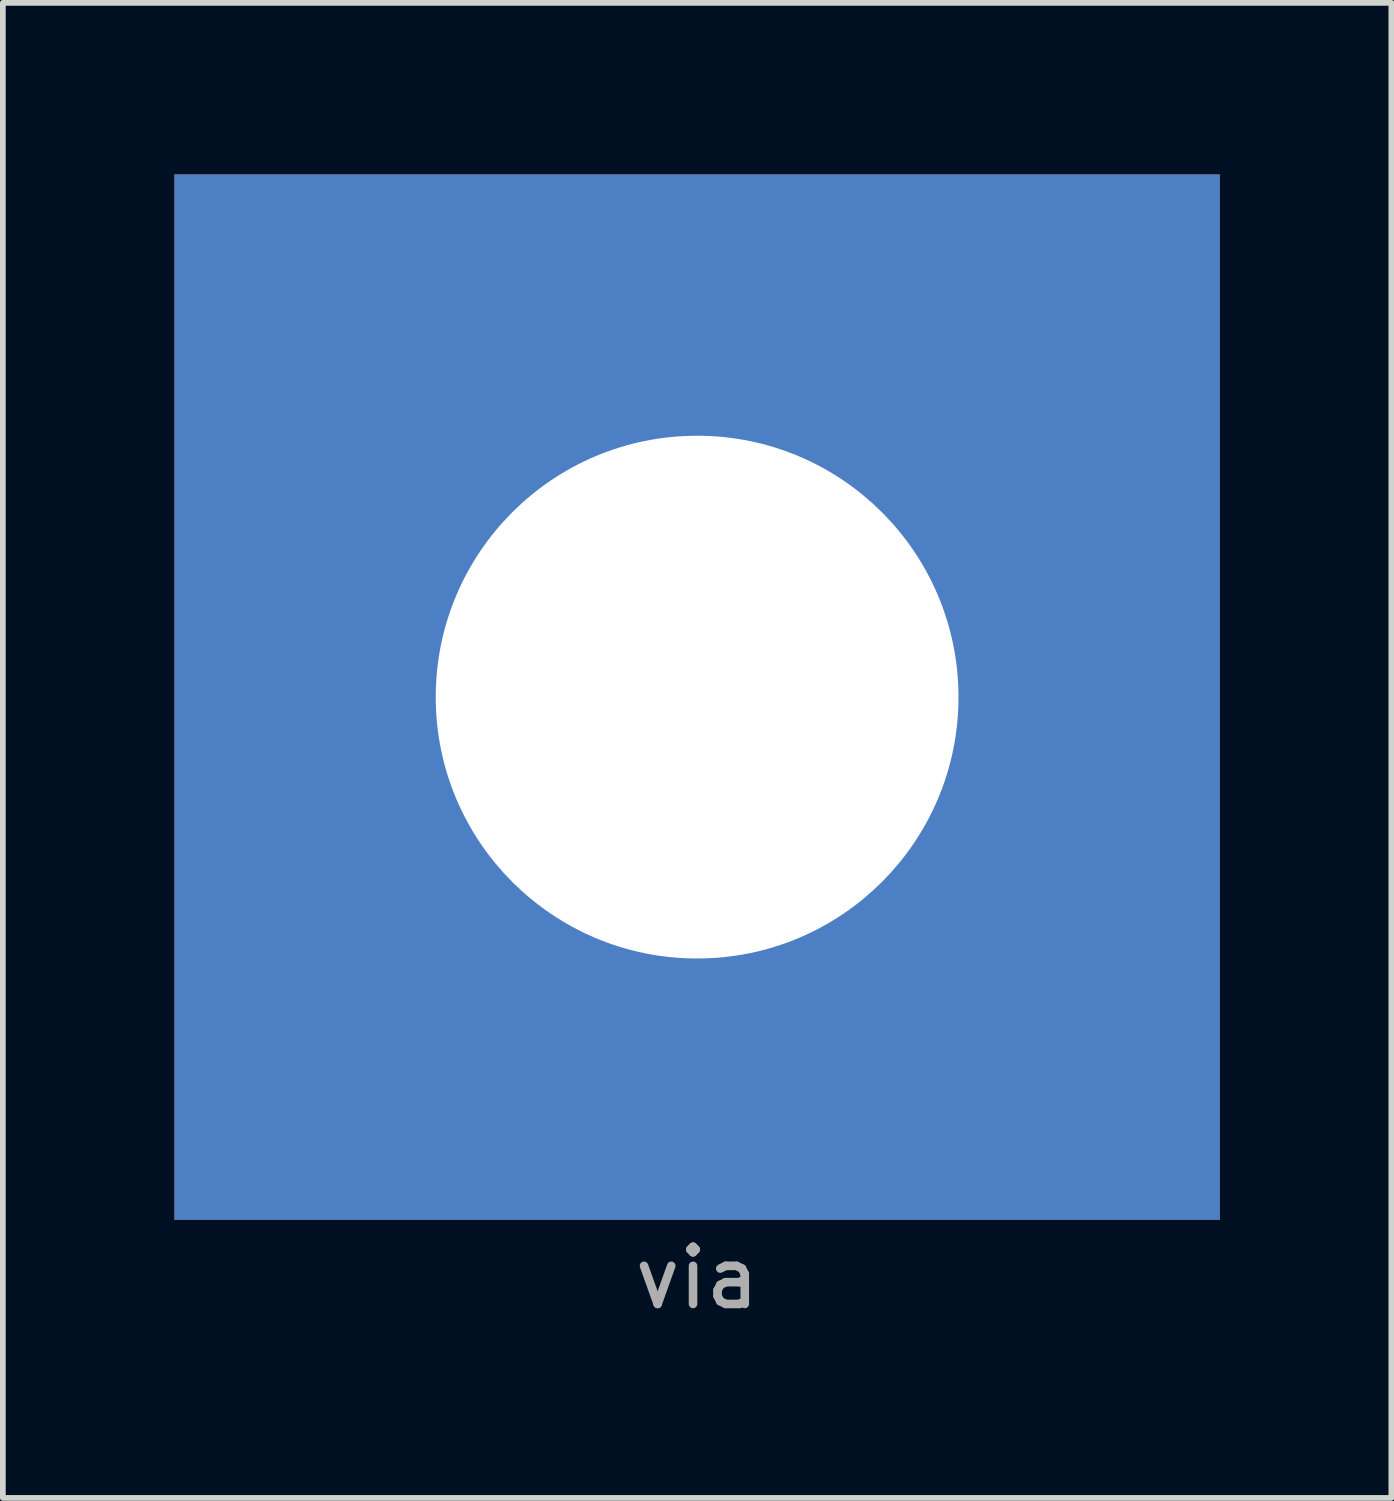
<source format=kicad_pcb>
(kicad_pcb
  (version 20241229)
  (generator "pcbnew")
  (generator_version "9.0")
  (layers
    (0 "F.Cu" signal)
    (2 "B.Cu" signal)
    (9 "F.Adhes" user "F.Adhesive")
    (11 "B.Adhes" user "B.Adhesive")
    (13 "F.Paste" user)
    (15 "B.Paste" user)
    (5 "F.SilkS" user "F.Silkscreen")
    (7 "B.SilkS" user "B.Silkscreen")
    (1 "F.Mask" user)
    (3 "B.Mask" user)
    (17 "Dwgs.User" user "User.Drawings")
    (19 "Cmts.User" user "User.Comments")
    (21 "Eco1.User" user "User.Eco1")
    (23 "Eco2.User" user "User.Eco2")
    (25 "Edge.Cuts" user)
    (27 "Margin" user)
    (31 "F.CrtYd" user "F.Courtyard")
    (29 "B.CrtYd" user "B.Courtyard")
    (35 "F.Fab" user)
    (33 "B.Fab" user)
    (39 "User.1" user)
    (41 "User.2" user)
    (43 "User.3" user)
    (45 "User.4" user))
  (footprint "via"
    (layer "F.Cu")
    (at 9.144 9.144)
    (property "Reference" "via" (at 0 10.16 0) (layer "F.Fab") (effects (font (size 1 1) (thickness 0.15))))
    (attr through_hole)
    (pad "1" thru_hole rect (at 0 0) (size 18.288 18.288) (drill 9.144) (layers "*.Cu" "*.Mask")))
  (gr_rect
    (start -3 -3)
    (end 21.288 23.152)
    (stroke (width 0.1) (type default))
    (fill no)
    (layer "Edge.Cuts")))
</source>
